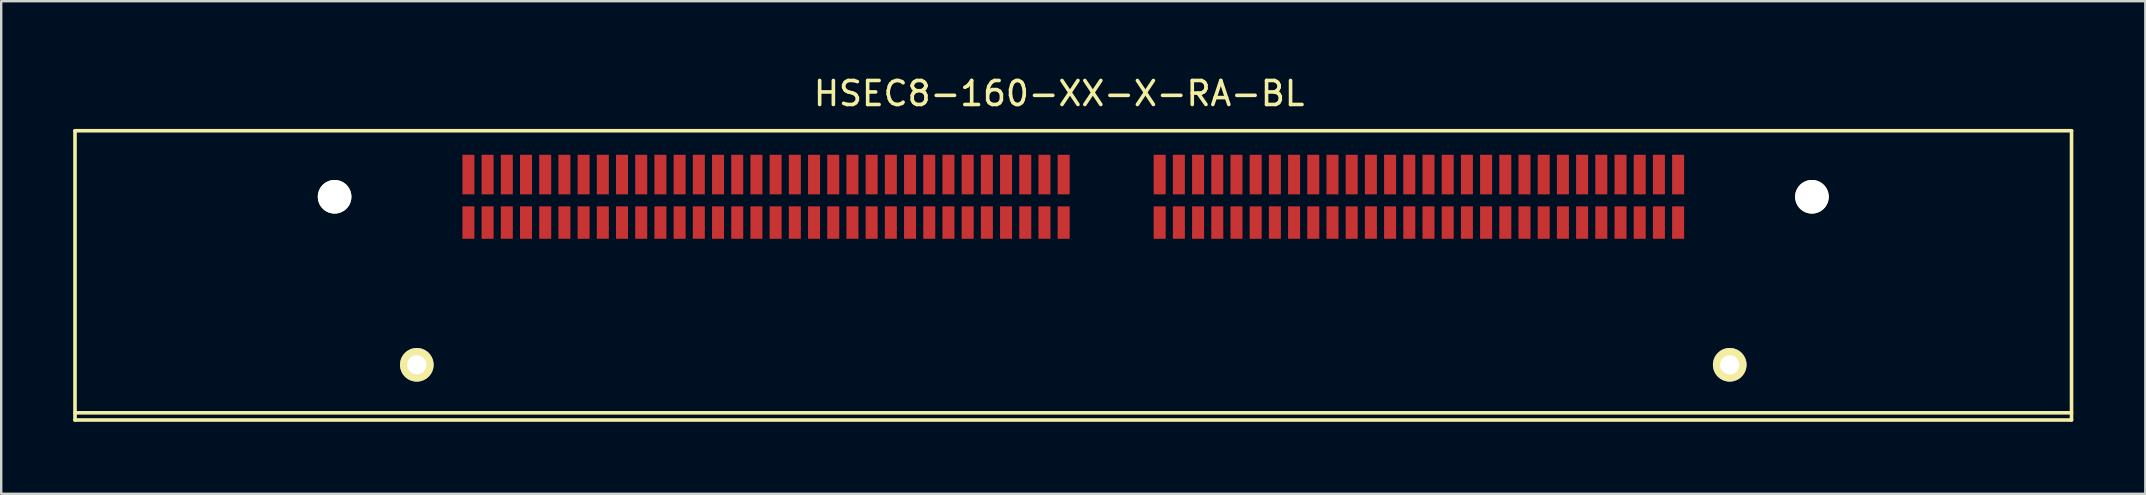
<source format=kicad_pcb>
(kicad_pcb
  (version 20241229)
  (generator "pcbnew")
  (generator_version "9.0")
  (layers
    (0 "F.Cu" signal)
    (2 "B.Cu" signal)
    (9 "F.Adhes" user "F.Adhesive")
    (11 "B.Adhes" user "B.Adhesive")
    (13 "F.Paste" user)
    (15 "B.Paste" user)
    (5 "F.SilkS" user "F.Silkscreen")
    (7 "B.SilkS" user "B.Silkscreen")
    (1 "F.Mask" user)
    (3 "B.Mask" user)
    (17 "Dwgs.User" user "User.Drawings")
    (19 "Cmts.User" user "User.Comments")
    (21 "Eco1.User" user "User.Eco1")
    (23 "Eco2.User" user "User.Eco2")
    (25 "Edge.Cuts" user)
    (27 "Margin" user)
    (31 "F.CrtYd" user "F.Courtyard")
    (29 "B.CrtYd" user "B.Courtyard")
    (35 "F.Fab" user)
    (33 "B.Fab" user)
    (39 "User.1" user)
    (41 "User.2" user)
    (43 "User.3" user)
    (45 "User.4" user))
  (footprint "HSEC8-160-XX-X-RA-BL"
    (layer "F.Cu")
    (at 43.265 5.148)
    (property "Reference" "HSEC8-160-XX-X-RA-BL" (at -2.19 -4.3 0) (layer "F.SilkS") (effects (font (size 1 1) (thickness 0.15))))
    (attr through_hole)
    (fp_line (start -43.19 -2.75) (end -43.19 9.3) (stroke (width 0.15) (type solid)) (layer "F.SilkS"))
    (fp_line (start -43.19 -2.75) (end 39.99 -2.75) (stroke (width 0.15) (type solid)) (layer "F.SilkS"))
    (fp_line (start -43.19 9) (end 39.99 9) (stroke (width 0.15) (type solid)) (layer "F.SilkS"))
    (fp_line (start -43.19 9.3) (end 39.99 9.3) (stroke (width 0.15) (type solid)) (layer "F.SilkS"))
    (fp_line (start 39.99 9.3) (end 39.99 -2.75) (stroke (width 0.15) (type solid)) (layer "F.SilkS"))
    (pad "" np_thru_hole circle (at -32.375 0) (size 1.4 1.4) (drill 1.4) (layers "*.Cu" "*.Mask" "F.SilkS"))
    (pad "" thru_hole circle (at -28.95 7) (size 1.4 1.4) (drill 0.8) (layers "*.Cu" "*.Mask" "F.SilkS"))
    (pad "" thru_hole circle (at 25.75 7) (size 1.4 1.4) (drill 0.8) (layers "*.Cu" "*.Mask" "F.SilkS"))
    (pad "" np_thru_hole circle (at 29.175 0) (size 1.4 1.4) (drill 1.4) (layers "*.Cu" "*.Mask" "F.SilkS"))
    (pad "1" smd rect (at -26.8 1.075) (size 0.5 1.35) (layers "F.Cu" "F.Mask" "F.Paste"))
    (pad "2" smd rect (at -26.8 -0.925) (size 0.5 1.65) (layers "F.Cu" "F.Mask" "F.Paste"))
    (pad "3" smd rect (at -26 1.075) (size 0.5 1.35) (layers "F.Cu" "F.Mask" "F.Paste"))
    (pad "4" smd rect (at -26 -0.925) (size 0.5 1.65) (layers "F.Cu" "F.Mask" "F.Paste"))
    (pad "5" smd rect (at -25.2 1.075) (size 0.5 1.35) (layers "F.Cu" "F.Mask" "F.Paste"))
    (pad "6" smd rect (at -25.2 -0.925) (size 0.5 1.65) (layers "F.Cu" "F.Mask" "F.Paste"))
    (pad "7" smd rect (at -24.4 1.075) (size 0.5 1.35) (layers "F.Cu" "F.Mask" "F.Paste"))
    (pad "8" smd rect (at -24.4 -0.925) (size 0.5 1.65) (layers "F.Cu" "F.Mask" "F.Paste"))
    (pad "9" smd rect (at -23.6 1.075) (size 0.5 1.35) (layers "F.Cu" "F.Mask" "F.Paste"))
    (pad "10" smd rect (at -23.6 -0.925) (size 0.5 1.65) (layers "F.Cu" "F.Mask" "F.Paste"))
    (pad "11" smd rect (at -22.8 1.075) (size 0.5 1.35) (layers "F.Cu" "F.Mask" "F.Paste"))
    (pad "12" smd rect (at -22.8 -0.925) (size 0.5 1.65) (layers "F.Cu" "F.Mask" "F.Paste"))
    (pad "13" smd rect (at -22 1.075) (size 0.5 1.35) (layers "F.Cu" "F.Mask" "F.Paste"))
    (pad "14" smd rect (at -22 -0.925) (size 0.5 1.65) (layers "F.Cu" "F.Mask" "F.Paste"))
    (pad "15" smd rect (at -21.2 1.075) (size 0.5 1.35) (layers "F.Cu" "F.Mask" "F.Paste"))
    (pad "16" smd rect (at -21.2 -0.925) (size 0.5 1.65) (layers "F.Cu" "F.Mask" "F.Paste"))
    (pad "17" smd rect (at -20.4 1.075) (size 0.5 1.35) (layers "F.Cu" "F.Mask" "F.Paste"))
    (pad "18" smd rect (at -20.4 -0.925) (size 0.5 1.65) (layers "F.Cu" "F.Mask" "F.Paste"))
    (pad "19" smd rect (at -19.6 1.075) (size 0.5 1.35) (layers "F.Cu" "F.Mask" "F.Paste"))
    (pad "20" smd rect (at -19.6 -0.925) (size 0.5 1.65) (layers "F.Cu" "F.Mask" "F.Paste"))
    (pad "21" smd rect (at -18.8 1.075) (size 0.5 1.35) (layers "F.Cu" "F.Mask" "F.Paste"))
    (pad "22" smd rect (at -18.8 -0.925) (size 0.5 1.65) (layers "F.Cu" "F.Mask" "F.Paste"))
    (pad "23" smd rect (at -18 1.075) (size 0.5 1.35) (layers "F.Cu" "F.Mask" "F.Paste"))
    (pad "24" smd rect (at -18 -0.925) (size 0.5 1.65) (layers "F.Cu" "F.Mask" "F.Paste"))
    (pad "25" smd rect (at -17.2 1.075) (size 0.5 1.35) (layers "F.Cu" "F.Mask" "F.Paste"))
    (pad "26" smd rect (at -17.2 -0.925) (size 0.5 1.65) (layers "F.Cu" "F.Mask" "F.Paste"))
    (pad "27" smd rect (at -16.4 1.075) (size 0.5 1.35) (layers "F.Cu" "F.Mask" "F.Paste"))
    (pad "28" smd rect (at -16.4 -0.925) (size 0.5 1.65) (layers "F.Cu" "F.Mask" "F.Paste"))
    (pad "29" smd rect (at -15.6 1.075) (size 0.5 1.35) (layers "F.Cu" "F.Mask" "F.Paste"))
    (pad "30" smd rect (at -15.6 -0.925) (size 0.5 1.65) (layers "F.Cu" "F.Mask" "F.Paste"))
    (pad "31" smd rect (at -14.8 1.075) (size 0.5 1.35) (layers "F.Cu" "F.Mask" "F.Paste"))
    (pad "32" smd rect (at -14.8 -0.925) (size 0.5 1.65) (layers "F.Cu" "F.Mask" "F.Paste"))
    (pad "33" smd rect (at -14 1.075) (size 0.5 1.35) (layers "F.Cu" "F.Mask" "F.Paste"))
    (pad "34" smd rect (at -14 -0.925) (size 0.5 1.65) (layers "F.Cu" "F.Mask" "F.Paste"))
    (pad "35" smd rect (at -13.2 1.075) (size 0.5 1.35) (layers "F.Cu" "F.Mask" "F.Paste"))
    (pad "36" smd rect (at -13.2 -0.925) (size 0.5 1.65) (layers "F.Cu" "F.Mask" "F.Paste"))
    (pad "37" smd rect (at -12.4 1.075) (size 0.5 1.35) (layers "F.Cu" "F.Mask" "F.Paste"))
    (pad "38" smd rect (at -12.4 -0.925) (size 0.5 1.65) (layers "F.Cu" "F.Mask" "F.Paste"))
    (pad "39" smd rect (at -11.6 1.075) (size 0.5 1.35) (layers "F.Cu" "F.Mask" "F.Paste"))
    (pad "40" smd rect (at -11.6 -0.925) (size 0.5 1.65) (layers "F.Cu" "F.Mask" "F.Paste"))
    (pad "41" smd rect (at -10.8 1.075) (size 0.5 1.35) (layers "F.Cu" "F.Mask" "F.Paste"))
    (pad "42" smd rect (at -10.8 -0.925) (size 0.5 1.65) (layers "F.Cu" "F.Mask" "F.Paste"))
    (pad "43" smd rect (at -10 1.075) (size 0.5 1.35) (layers "F.Cu" "F.Mask" "F.Paste"))
    (pad "44" smd rect (at -10 -0.925) (size 0.5 1.65) (layers "F.Cu" "F.Mask" "F.Paste"))
    (pad "45" smd rect (at -9.2 1.075) (size 0.5 1.35) (layers "F.Cu" "F.Mask" "F.Paste"))
    (pad "46" smd rect (at -9.2 -0.925) (size 0.5 1.65) (layers "F.Cu" "F.Mask" "F.Paste"))
    (pad "47" smd rect (at -8.4 1.075) (size 0.5 1.35) (layers "F.Cu" "F.Mask" "F.Paste"))
    (pad "48" smd rect (at -8.4 -0.925) (size 0.5 1.65) (layers "F.Cu" "F.Mask" "F.Paste"))
    (pad "49" smd rect (at -7.6 1.075) (size 0.5 1.35) (layers "F.Cu" "F.Mask" "F.Paste"))
    (pad "50" smd rect (at -7.6 -0.925) (size 0.5 1.65) (layers "F.Cu" "F.Mask" "F.Paste"))
    (pad "51" smd rect (at -6.8 1.075) (size 0.5 1.35) (layers "F.Cu" "F.Mask" "F.Paste"))
    (pad "52" smd rect (at -6.8 -0.925) (size 0.5 1.65) (layers "F.Cu" "F.Mask" "F.Paste"))
    (pad "53" smd rect (at -6 1.075) (size 0.5 1.35) (layers "F.Cu" "F.Mask" "F.Paste"))
    (pad "54" smd rect (at -6 -0.925) (size 0.5 1.65) (layers "F.Cu" "F.Mask" "F.Paste"))
    (pad "55" smd rect (at -5.2 1.075) (size 0.5 1.35) (layers "F.Cu" "F.Mask" "F.Paste"))
    (pad "56" smd rect (at -5.2 -0.925) (size 0.5 1.65) (layers "F.Cu" "F.Mask" "F.Paste"))
    (pad "57" smd rect (at -4.4 1.075) (size 0.5 1.35) (layers "F.Cu" "F.Mask" "F.Paste"))
    (pad "58" smd rect (at -4.4 -0.925) (size 0.5 1.65) (layers "F.Cu" "F.Mask" "F.Paste"))
    (pad "59" smd rect (at -3.6 1.075) (size 0.5 1.35) (layers "F.Cu" "F.Mask" "F.Paste"))
    (pad "60" smd rect (at -3.6 -0.925) (size 0.5 1.65) (layers "F.Cu" "F.Mask" "F.Paste"))
    (pad "61" smd rect (at -2.8 1.075) (size 0.5 1.35) (layers "F.Cu" "F.Mask" "F.Paste"))
    (pad "62" smd rect (at -2.8 -0.925) (size 0.5 1.65) (layers "F.Cu" "F.Mask" "F.Paste"))
    (pad "63" smd rect (at -2 1.075) (size 0.5 1.35) (layers "F.Cu" "F.Mask" "F.Paste"))
    (pad "64" smd rect (at -2 -0.925) (size 0.5 1.65) (layers "F.Cu" "F.Mask" "F.Paste"))
    (pad "65" smd rect (at 2 1.075) (size 0.5 1.35) (layers "F.Cu" "F.Mask" "F.Paste"))
    (pad "66" smd rect (at 2 -0.925) (size 0.5 1.65) (layers "F.Cu" "F.Mask" "F.Paste"))
    (pad "67" smd rect (at 2.8 1.075) (size 0.5 1.35) (layers "F.Cu" "F.Mask" "F.Paste"))
    (pad "68" smd rect (at 2.8 -0.925) (size 0.5 1.65) (layers "F.Cu" "F.Mask" "F.Paste"))
    (pad "69" smd rect (at 3.6 1.075) (size 0.5 1.35) (layers "F.Cu" "F.Mask" "F.Paste"))
    (pad "70" smd rect (at 3.6 -0.925) (size 0.5 1.65) (layers "F.Cu" "F.Mask" "F.Paste"))
    (pad "71" smd rect (at 4.4 1.075) (size 0.5 1.35) (layers "F.Cu" "F.Mask" "F.Paste"))
    (pad "72" smd rect (at 4.4 -0.925) (size 0.5 1.65) (layers "F.Cu" "F.Mask" "F.Paste"))
    (pad "73" smd rect (at 5.2 1.075) (size 0.5 1.35) (layers "F.Cu" "F.Mask" "F.Paste"))
    (pad "74" smd rect (at 5.2 -0.925) (size 0.5 1.65) (layers "F.Cu" "F.Mask" "F.Paste"))
    (pad "75" smd rect (at 6 1.075) (size 0.5 1.35) (layers "F.Cu" "F.Mask" "F.Paste"))
    (pad "76" smd rect (at 6 -0.925) (size 0.5 1.65) (layers "F.Cu" "F.Mask" "F.Paste"))
    (pad "77" smd rect (at 6.8 1.075) (size 0.5 1.35) (layers "F.Cu" "F.Mask" "F.Paste"))
    (pad "78" smd rect (at 6.8 -0.925) (size 0.5 1.65) (layers "F.Cu" "F.Mask" "F.Paste"))
    (pad "79" smd rect (at 7.6 1.075) (size 0.5 1.35) (layers "F.Cu" "F.Mask" "F.Paste"))
    (pad "80" smd rect (at 7.6 -0.925) (size 0.5 1.65) (layers "F.Cu" "F.Mask" "F.Paste"))
    (pad "81" smd rect (at 8.4 1.075) (size 0.5 1.35) (layers "F.Cu" "F.Mask" "F.Paste"))
    (pad "82" smd rect (at 8.4 -0.925) (size 0.5 1.65) (layers "F.Cu" "F.Mask" "F.Paste"))
    (pad "83" smd rect (at 9.2 1.075) (size 0.5 1.35) (layers "F.Cu" "F.Mask" "F.Paste"))
    (pad "84" smd rect (at 9.2 -0.925) (size 0.5 1.65) (layers "F.Cu" "F.Mask" "F.Paste"))
    (pad "85" smd rect (at 10 1.075) (size 0.5 1.35) (layers "F.Cu" "F.Mask" "F.Paste"))
    (pad "86" smd rect (at 10 -0.925) (size 0.5 1.65) (layers "F.Cu" "F.Mask" "F.Paste"))
    (pad "87" smd rect (at 10.8 1.075) (size 0.5 1.35) (layers "F.Cu" "F.Mask" "F.Paste"))
    (pad "88" smd rect (at 10.8 -0.925) (size 0.5 1.65) (layers "F.Cu" "F.Mask" "F.Paste"))
    (pad "89" smd rect (at 11.6 1.075) (size 0.5 1.35) (layers "F.Cu" "F.Mask" "F.Paste"))
    (pad "90" smd rect (at 11.6 -0.925) (size 0.5 1.65) (layers "F.Cu" "F.Mask" "F.Paste"))
    (pad "91" smd rect (at 12.4 1.075) (size 0.5 1.35) (layers "F.Cu" "F.Mask" "F.Paste"))
    (pad "92" smd rect (at 12.4 -0.925) (size 0.5 1.65) (layers "F.Cu" "F.Mask" "F.Paste"))
    (pad "93" smd rect (at 13.2 1.075) (size 0.5 1.35) (layers "F.Cu" "F.Mask" "F.Paste"))
    (pad "94" smd rect (at 13.2 -0.925) (size 0.5 1.65) (layers "F.Cu" "F.Mask" "F.Paste"))
    (pad "95" smd rect (at 14 1.075) (size 0.5 1.35) (layers "F.Cu" "F.Mask" "F.Paste"))
    (pad "96" smd rect (at 14 -0.925) (size 0.5 1.65) (layers "F.Cu" "F.Mask" "F.Paste"))
    (pad "97" smd rect (at 14.8 1.075) (size 0.5 1.35) (layers "F.Cu" "F.Mask" "F.Paste"))
    (pad "98" smd rect (at 14.8 -0.925) (size 0.5 1.65) (layers "F.Cu" "F.Mask" "F.Paste"))
    (pad "99" smd rect (at 15.6 1.075) (size 0.5 1.35) (layers "F.Cu" "F.Mask" "F.Paste"))
    (pad "100" smd rect (at 15.6 -0.925) (size 0.5 1.65) (layers "F.Cu" "F.Mask" "F.Paste"))
    (pad "101" smd rect (at 16.4 1.075) (size 0.5 1.35) (layers "F.Cu" "F.Mask" "F.Paste"))
    (pad "102" smd rect (at 16.4 -0.925) (size 0.5 1.65) (layers "F.Cu" "F.Mask" "F.Paste"))
    (pad "103" smd rect (at 17.2 1.075) (size 0.5 1.35) (layers "F.Cu" "F.Mask" "F.Paste"))
    (pad "104" smd rect (at 17.2 -0.925) (size 0.5 1.65) (layers "F.Cu" "F.Mask" "F.Paste"))
    (pad "105" smd rect (at 18 1.075) (size 0.5 1.35) (layers "F.Cu" "F.Mask" "F.Paste"))
    (pad "106" smd rect (at 18 -0.925) (size 0.5 1.65) (layers "F.Cu" "F.Mask" "F.Paste"))
    (pad "107" smd rect (at 18.8 1.075) (size 0.5 1.35) (layers "F.Cu" "F.Mask" "F.Paste"))
    (pad "108" smd rect (at 18.8 -0.925) (size 0.5 1.65) (layers "F.Cu" "F.Mask" "F.Paste"))
    (pad "109" smd rect (at 19.6 1.075) (size 0.5 1.35) (layers "F.Cu" "F.Mask" "F.Paste"))
    (pad "110" smd rect (at 19.6 -0.925) (size 0.5 1.65) (layers "F.Cu" "F.Mask" "F.Paste"))
    (pad "111" smd rect (at 20.4 1.075) (size 0.5 1.35) (layers "F.Cu" "F.Mask" "F.Paste"))
    (pad "112" smd rect (at 20.4 -0.925) (size 0.5 1.65) (layers "F.Cu" "F.Mask" "F.Paste"))
    (pad "113" smd rect (at 21.2 1.075) (size 0.5 1.35) (layers "F.Cu" "F.Mask" "F.Paste"))
    (pad "114" smd rect (at 21.2 -0.925) (size 0.5 1.65) (layers "F.Cu" "F.Mask" "F.Paste"))
    (pad "115" smd rect (at 22 1.075) (size 0.5 1.35) (layers "F.Cu" "F.Mask" "F.Paste"))
    (pad "116" smd rect (at 22 -0.925) (size 0.5 1.65) (layers "F.Cu" "F.Mask" "F.Paste"))
    (pad "117" smd rect (at 22.8 1.075) (size 0.5 1.35) (layers "F.Cu" "F.Mask" "F.Paste"))
    (pad "118" smd rect (at 22.8 -0.925) (size 0.5 1.65) (layers "F.Cu" "F.Mask" "F.Paste"))
    (pad "119" smd rect (at 23.6 1.075) (size 0.5 1.35) (layers "F.Cu" "F.Mask" "F.Paste"))
    (pad "120" smd rect (at 23.6 -0.925) (size 0.5 1.65) (layers "F.Cu" "F.Mask" "F.Paste")))
  (gr_rect
    (start -3 -3)
    (end 86.33 17.523)
    (stroke (width 0.1) (type default))
    (fill no)
    (layer "Edge.Cuts")))
</source>
